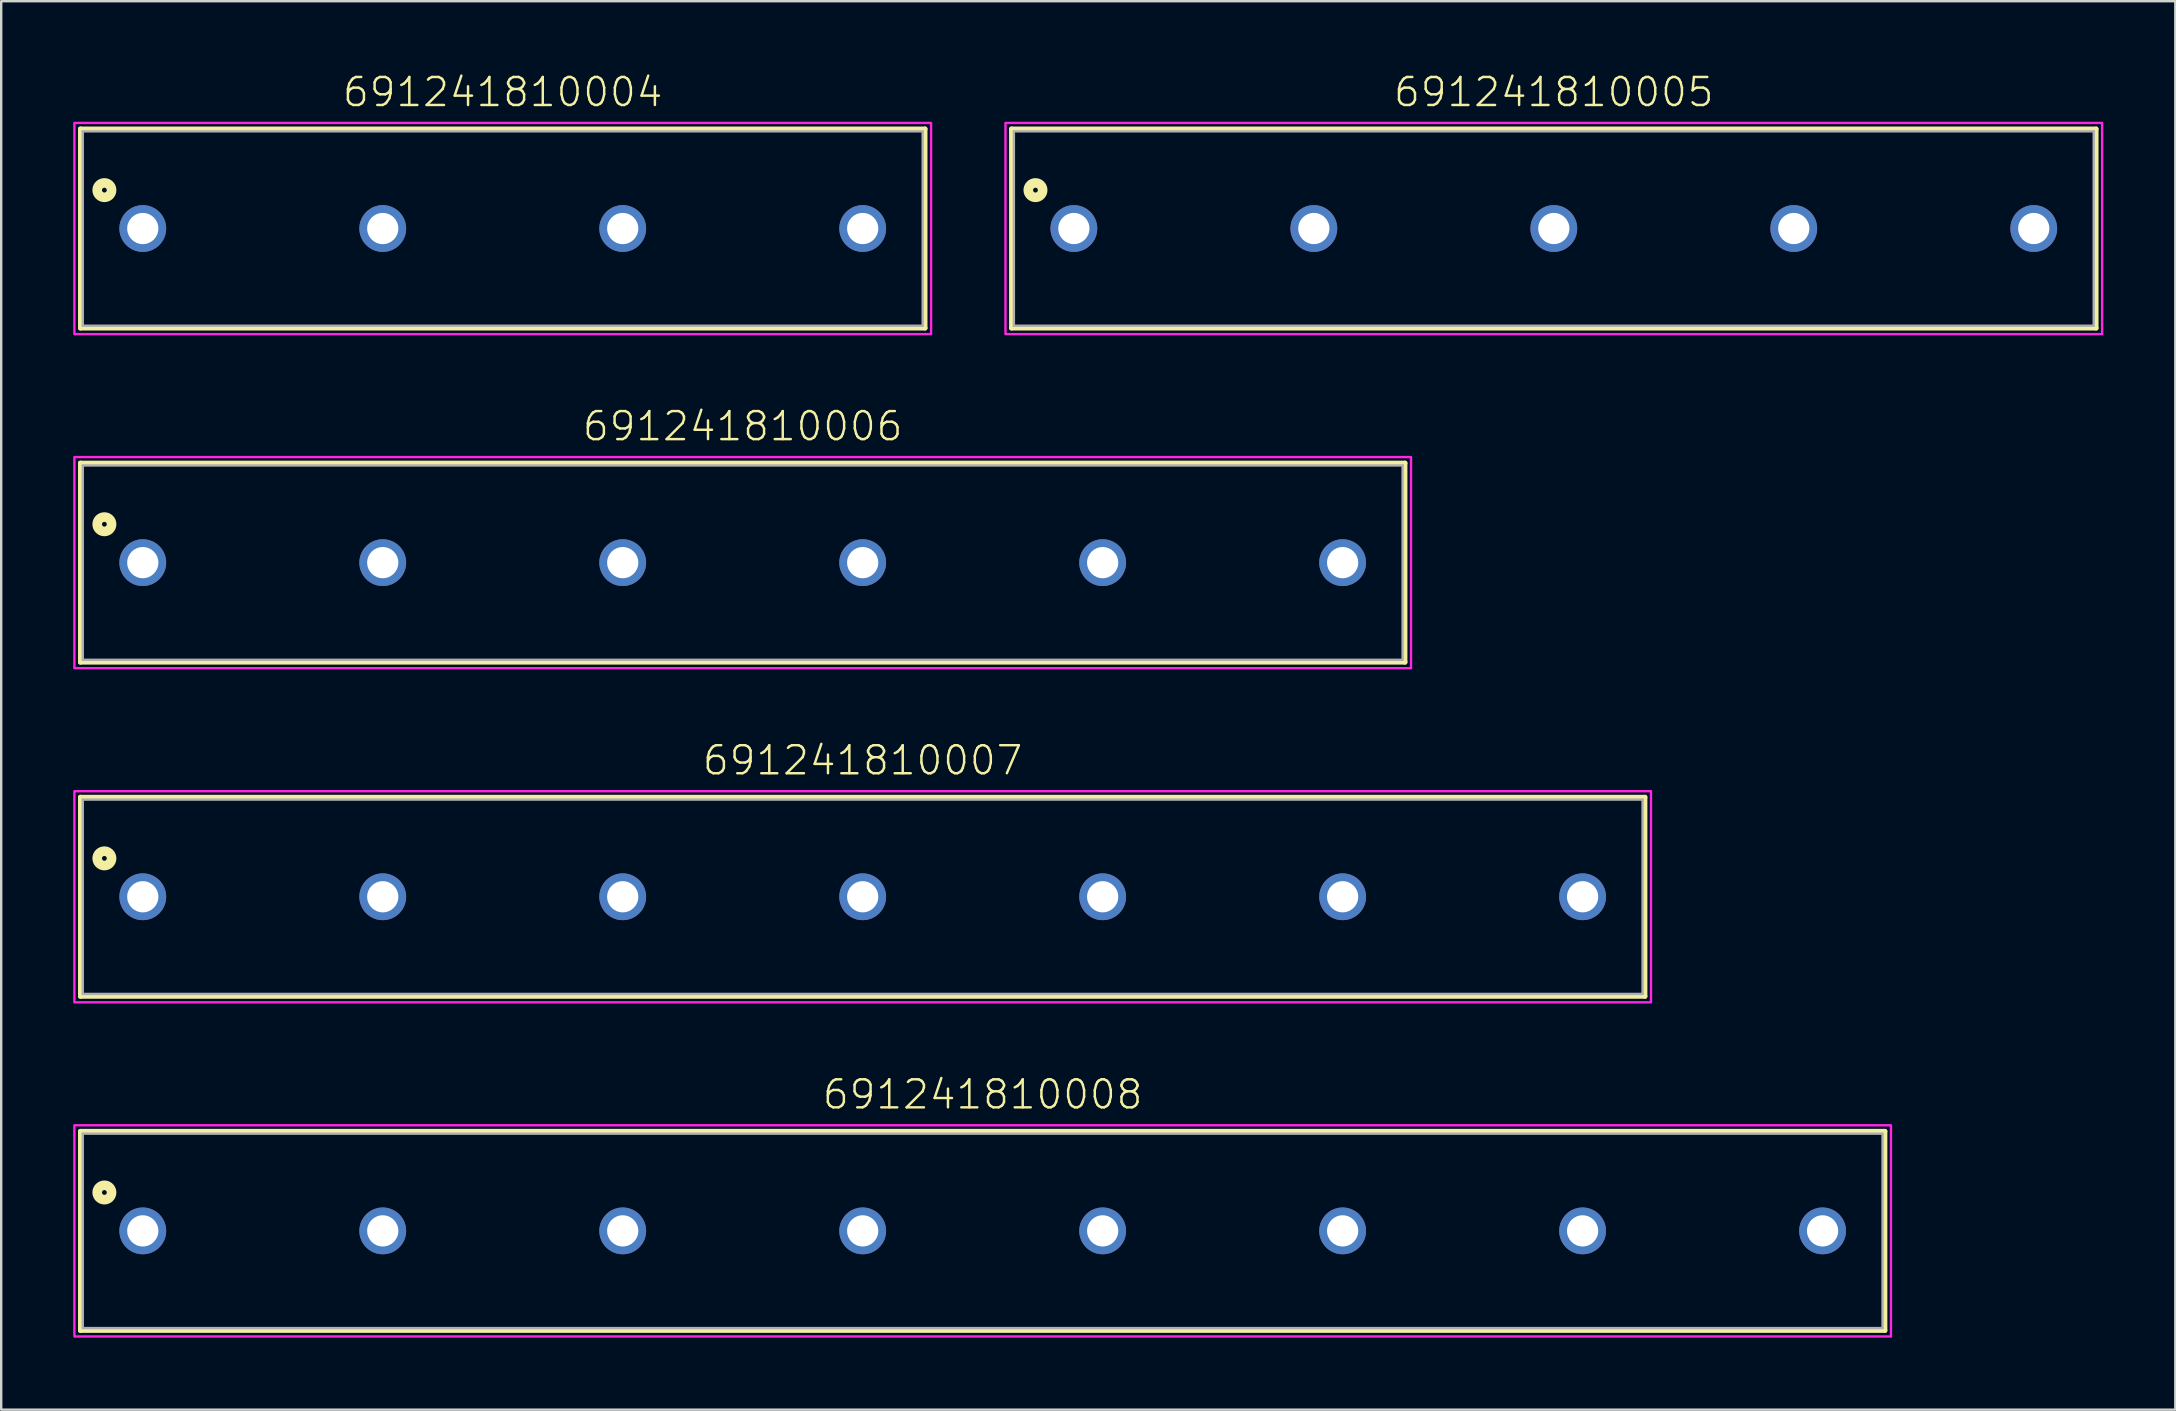
<source format=kicad_pcb>
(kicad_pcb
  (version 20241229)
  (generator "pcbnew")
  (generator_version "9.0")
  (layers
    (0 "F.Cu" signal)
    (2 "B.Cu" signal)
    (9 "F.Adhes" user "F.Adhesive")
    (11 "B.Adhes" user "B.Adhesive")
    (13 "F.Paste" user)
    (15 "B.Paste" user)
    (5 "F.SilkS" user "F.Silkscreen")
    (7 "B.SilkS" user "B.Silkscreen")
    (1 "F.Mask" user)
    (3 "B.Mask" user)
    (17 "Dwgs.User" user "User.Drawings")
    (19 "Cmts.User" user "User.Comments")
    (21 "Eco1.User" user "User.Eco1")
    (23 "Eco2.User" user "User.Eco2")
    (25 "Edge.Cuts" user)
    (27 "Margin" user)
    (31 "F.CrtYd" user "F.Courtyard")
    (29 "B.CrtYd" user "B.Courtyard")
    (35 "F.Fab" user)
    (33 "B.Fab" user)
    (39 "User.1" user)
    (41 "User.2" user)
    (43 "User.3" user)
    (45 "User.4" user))
  (footprint "691241810005"
    (layer "F.Cu")
    (at 61.7 6.473)
    (property "Reference" "691241810005" (at 0 -5 0) (unlocked yes) (layer "F.SilkS") (effects (font (size 1.168 1.168) (thickness 0.102)) (justify bottom)))
    (fp_line (start -22.6 -4.15) (end 22.6 -4.15) (stroke (width 0.2) (type solid)) (layer "F.SilkS"))
    (fp_line (start -22.6 4.15) (end -22.6 -4.15) (stroke (width 0.2) (type solid)) (layer "F.SilkS"))
    (fp_line (start 22.6 -4.15) (end 22.6 4.15) (stroke (width 0.2) (type solid)) (layer "F.SilkS"))
    (fp_line (start 22.6 4.15) (end -22.6 4.15) (stroke (width 0.2) (type solid)) (layer "F.SilkS"))
    (fp_circle (center -21.6 -1.6) (end -21.5 -1.6) (stroke (width 0.4) (type solid)) (fill no) (layer "F.SilkS"))
    (fp_poly (pts (xy 22.85 4.4) (xy -22.85 4.4) (xy -22.85 -4.4) (xy 22.85 -4.4)) (stroke (width 0.1) (type default)) (fill no) (layer "F.CrtYd"))
    (fp_line (start -22.5 -4.05) (end 22.5 -4.05) (stroke (width 0.1) (type solid)) (layer "F.Fab"))
    (fp_line (start -22.5 4.05) (end -22.5 -4.05) (stroke (width 0.1) (type solid)) (layer "F.Fab"))
    (fp_line (start 22.5 -4.05) (end 22.5 4.05) (stroke (width 0.1) (type solid)) (layer "F.Fab"))
    (fp_line (start 22.5 4.05) (end -22.5 4.05) (stroke (width 0.1) (type solid)) (layer "F.Fab"))
    (pad "1" thru_hole circle (at -20 0) (size 1.95 1.95) (drill 1.3) (layers "*.Cu" "*.Mask"))
    (pad "2" thru_hole circle (at -10 0) (size 1.95 1.95) (drill 1.3) (layers "*.Cu" "*.Mask"))
    (pad "3" thru_hole circle (at 0 0) (size 1.95 1.95) (drill 1.3) (layers "*.Cu" "*.Mask"))
    (pad "4" thru_hole circle (at 10 0) (size 1.95 1.95) (drill 1.3) (layers "*.Cu" "*.Mask"))
    (pad "5" thru_hole circle (at 20 0) (size 1.95 1.95) (drill 1.3) (layers "*.Cu" "*.Mask")))
  (footprint "691241810006"
    (layer "F.Cu")
    (at 27.9 20.396)
    (property "Reference" "691241810006" (at 0 -5 0) (unlocked yes) (layer "F.SilkS") (effects (font (size 1.168 1.168) (thickness 0.102)) (justify bottom)))
    (fp_line (start -27.6 -4.15) (end 27.6 -4.15) (stroke (width 0.2) (type solid)) (layer "F.SilkS"))
    (fp_line (start -27.6 4.15) (end -27.6 -4.15) (stroke (width 0.2) (type solid)) (layer "F.SilkS"))
    (fp_line (start 27.6 -4.15) (end 27.6 4.15) (stroke (width 0.2) (type solid)) (layer "F.SilkS"))
    (fp_line (start 27.6 4.15) (end -27.6 4.15) (stroke (width 0.2) (type solid)) (layer "F.SilkS"))
    (fp_circle (center -26.6 -1.6) (end -26.5 -1.6) (stroke (width 0.4) (type solid)) (fill no) (layer "F.SilkS"))
    (fp_poly (pts (xy 27.85 4.4) (xy -27.85 4.4) (xy -27.85 -4.4) (xy 27.85 -4.4)) (stroke (width 0.1) (type default)) (fill no) (layer "F.CrtYd"))
    (fp_line (start -27.5 -4.05) (end 27.5 -4.05) (stroke (width 0.1) (type solid)) (layer "F.Fab"))
    (fp_line (start -27.5 4.05) (end -27.5 -4.05) (stroke (width 0.1) (type solid)) (layer "F.Fab"))
    (fp_line (start 27.5 -4.05) (end 27.5 4.05) (stroke (width 0.1) (type solid)) (layer "F.Fab"))
    (fp_line (start 27.5 4.05) (end -27.5 4.05) (stroke (width 0.1) (type solid)) (layer "F.Fab"))
    (pad "1" thru_hole circle (at -25 0) (size 1.95 1.95) (drill 1.3) (layers "*.Cu" "*.Mask"))
    (pad "2" thru_hole circle (at -15 0) (size 1.95 1.95) (drill 1.3) (layers "*.Cu" "*.Mask"))
    (pad "3" thru_hole circle (at -5 0) (size 1.95 1.95) (drill 1.3) (layers "*.Cu" "*.Mask"))
    (pad "4" thru_hole circle (at 5 0) (size 1.95 1.95) (drill 1.3) (layers "*.Cu" "*.Mask"))
    (pad "5" thru_hole circle (at 15 0) (size 1.95 1.95) (drill 1.3) (layers "*.Cu" "*.Mask"))
    (pad "6" thru_hole circle (at 25 0) (size 1.95 1.95) (drill 1.3) (layers "*.Cu" "*.Mask")))
  (footprint "691241810007"
    (layer "F.Cu")
    (at 32.9 34.32)
    (property "Reference" "691241810007" (at 0 -5 0) (unlocked yes) (layer "F.SilkS") (effects (font (size 1.168 1.168) (thickness 0.102)) (justify bottom)))
    (fp_line (start -32.6 -4.15) (end 32.6 -4.15) (stroke (width 0.2) (type solid)) (layer "F.SilkS"))
    (fp_line (start -32.6 4.15) (end -32.6 -4.15) (stroke (width 0.2) (type solid)) (layer "F.SilkS"))
    (fp_line (start 32.6 -4.15) (end 32.6 4.15) (stroke (width 0.2) (type solid)) (layer "F.SilkS"))
    (fp_line (start 32.6 4.15) (end -32.6 4.15) (stroke (width 0.2) (type solid)) (layer "F.SilkS"))
    (fp_circle (center -31.6 -1.6) (end -31.5 -1.6) (stroke (width 0.4) (type solid)) (fill no) (layer "F.SilkS"))
    (fp_poly (pts (xy 32.85 4.4) (xy -32.85 4.4) (xy -32.85 -4.4) (xy 32.85 -4.4)) (stroke (width 0.1) (type default)) (fill no) (layer "F.CrtYd"))
    (fp_line (start -32.5 -4.05) (end 32.5 -4.05) (stroke (width 0.1) (type solid)) (layer "F.Fab"))
    (fp_line (start -32.5 4.05) (end -32.5 -4.05) (stroke (width 0.1) (type solid)) (layer "F.Fab"))
    (fp_line (start 32.5 -4.05) (end 32.5 4.05) (stroke (width 0.1) (type solid)) (layer "F.Fab"))
    (fp_line (start 32.5 4.05) (end -32.5 4.05) (stroke (width 0.1) (type solid)) (layer "F.Fab"))
    (pad "1" thru_hole circle (at -30 0) (size 1.95 1.95) (drill 1.3) (layers "*.Cu" "*.Mask"))
    (pad "2" thru_hole circle (at -20 0) (size 1.95 1.95) (drill 1.3) (layers "*.Cu" "*.Mask"))
    (pad "3" thru_hole circle (at -10 0) (size 1.95 1.95) (drill 1.3) (layers "*.Cu" "*.Mask"))
    (pad "4" thru_hole circle (at 0 0) (size 1.95 1.95) (drill 1.3) (layers "*.Cu" "*.Mask"))
    (pad "5" thru_hole circle (at 10 0) (size 1.95 1.95) (drill 1.3) (layers "*.Cu" "*.Mask"))
    (pad "6" thru_hole circle (at 20 0) (size 1.95 1.95) (drill 1.3) (layers "*.Cu" "*.Mask"))
    (pad "7" thru_hole circle (at 30 0) (size 1.95 1.95) (drill 1.3) (layers "*.Cu" "*.Mask")))
  (footprint "691241810004"
    (layer "F.Cu")
    (at 17.9 6.473)
    (property "Reference" "691241810004" (at 0 -5 0) (unlocked yes) (layer "F.SilkS") (effects (font (size 1.168 1.168) (thickness 0.102)) (justify bottom)))
    (fp_line (start -17.6 -4.15) (end 17.6 -4.15) (stroke (width 0.2) (type solid)) (layer "F.SilkS"))
    (fp_line (start -17.6 4.15) (end -17.6 -4.15) (stroke (width 0.2) (type solid)) (layer "F.SilkS"))
    (fp_line (start 17.6 -4.15) (end 17.6 4.15) (stroke (width 0.2) (type solid)) (layer "F.SilkS"))
    (fp_line (start 17.6 4.15) (end -17.6 4.15) (stroke (width 0.2) (type solid)) (layer "F.SilkS"))
    (fp_circle (center -16.6 -1.6) (end -16.5 -1.6) (stroke (width 0.4) (type solid)) (fill no) (layer "F.SilkS"))
    (fp_poly (pts (xy 17.85 4.4) (xy -17.85 4.4) (xy -17.85 -4.4) (xy 17.85 -4.4)) (stroke (width 0.1) (type default)) (fill no) (layer "F.CrtYd"))
    (fp_line (start -17.5 -4.05) (end 17.5 -4.05) (stroke (width 0.1) (type solid)) (layer "F.Fab"))
    (fp_line (start -17.5 4.05) (end -17.5 -4.05) (stroke (width 0.1) (type solid)) (layer "F.Fab"))
    (fp_line (start 17.5 -4.05) (end 17.5 4.05) (stroke (width 0.1) (type solid)) (layer "F.Fab"))
    (fp_line (start 17.5 4.05) (end -17.5 4.05) (stroke (width 0.1) (type solid)) (layer "F.Fab"))
    (pad "1" thru_hole circle (at -15 0) (size 1.95 1.95) (drill 1.3) (layers "*.Cu" "*.Mask"))
    (pad "2" thru_hole circle (at -5 0) (size 1.95 1.95) (drill 1.3) (layers "*.Cu" "*.Mask"))
    (pad "3" thru_hole circle (at 5 0) (size 1.95 1.95) (drill 1.3) (layers "*.Cu" "*.Mask"))
    (pad "4" thru_hole circle (at 15 0) (size 1.95 1.95) (drill 1.3) (layers "*.Cu" "*.Mask")))
  (footprint "691241810008"
    (layer "F.Cu")
    (at 37.9 48.243)
    (property "Reference" "691241810008" (at 0 -5 0) (unlocked yes) (layer "F.SilkS") (effects (font (size 1.168 1.168) (thickness 0.102)) (justify bottom)))
    (fp_line (start -37.6 -4.15) (end 37.6 -4.15) (stroke (width 0.2) (type solid)) (layer "F.SilkS"))
    (fp_line (start -37.6 4.15) (end -37.6 -4.15) (stroke (width 0.2) (type solid)) (layer "F.SilkS"))
    (fp_line (start 37.6 -4.15) (end 37.6 4.15) (stroke (width 0.2) (type solid)) (layer "F.SilkS"))
    (fp_line (start 37.6 4.15) (end -37.6 4.15) (stroke (width 0.2) (type solid)) (layer "F.SilkS"))
    (fp_circle (center -36.6 -1.6) (end -36.5 -1.6) (stroke (width 0.4) (type solid)) (fill no) (layer "F.SilkS"))
    (fp_poly (pts (xy 37.85 4.4) (xy -37.85 4.4) (xy -37.85 -4.4) (xy 37.85 -4.4)) (stroke (width 0.1) (type default)) (fill no) (layer "F.CrtYd"))
    (fp_line (start -37.5 -4.05) (end 37.5 -4.05) (stroke (width 0.1) (type solid)) (layer "F.Fab"))
    (fp_line (start -37.5 4.05) (end -37.5 -4.05) (stroke (width 0.1) (type solid)) (layer "F.Fab"))
    (fp_line (start 37.5 -4.05) (end 37.5 4.05) (stroke (width 0.1) (type solid)) (layer "F.Fab"))
    (fp_line (start 37.5 4.05) (end -37.5 4.05) (stroke (width 0.1) (type solid)) (layer "F.Fab"))
    (pad "1" thru_hole circle (at -35 0) (size 1.95 1.95) (drill 1.3) (layers "*.Cu" "*.Mask"))
    (pad "2" thru_hole circle (at -25 0) (size 1.95 1.95) (drill 1.3) (layers "*.Cu" "*.Mask"))
    (pad "3" thru_hole circle (at -15 0) (size 1.95 1.95) (drill 1.3) (layers "*.Cu" "*.Mask"))
    (pad "4" thru_hole circle (at -5 0) (size 1.95 1.95) (drill 1.3) (layers "*.Cu" "*.Mask"))
    (pad "5" thru_hole circle (at 5 0) (size 1.95 1.95) (drill 1.3) (layers "*.Cu" "*.Mask"))
    (pad "6" thru_hole circle (at 15 0) (size 1.95 1.95) (drill 1.3) (layers "*.Cu" "*.Mask"))
    (pad "7" thru_hole circle (at 25 0) (size 1.95 1.95) (drill 1.3) (layers "*.Cu" "*.Mask"))
    (pad "8" thru_hole circle (at 35 0) (size 1.95 1.95) (drill 1.3) (layers "*.Cu" "*.Mask")))
  (gr_rect
    (start -3 -3)
    (end 87.6 55.693)
    (stroke (width 0.1) (type default))
    (fill no)
    (layer "Edge.Cuts")))
</source>
